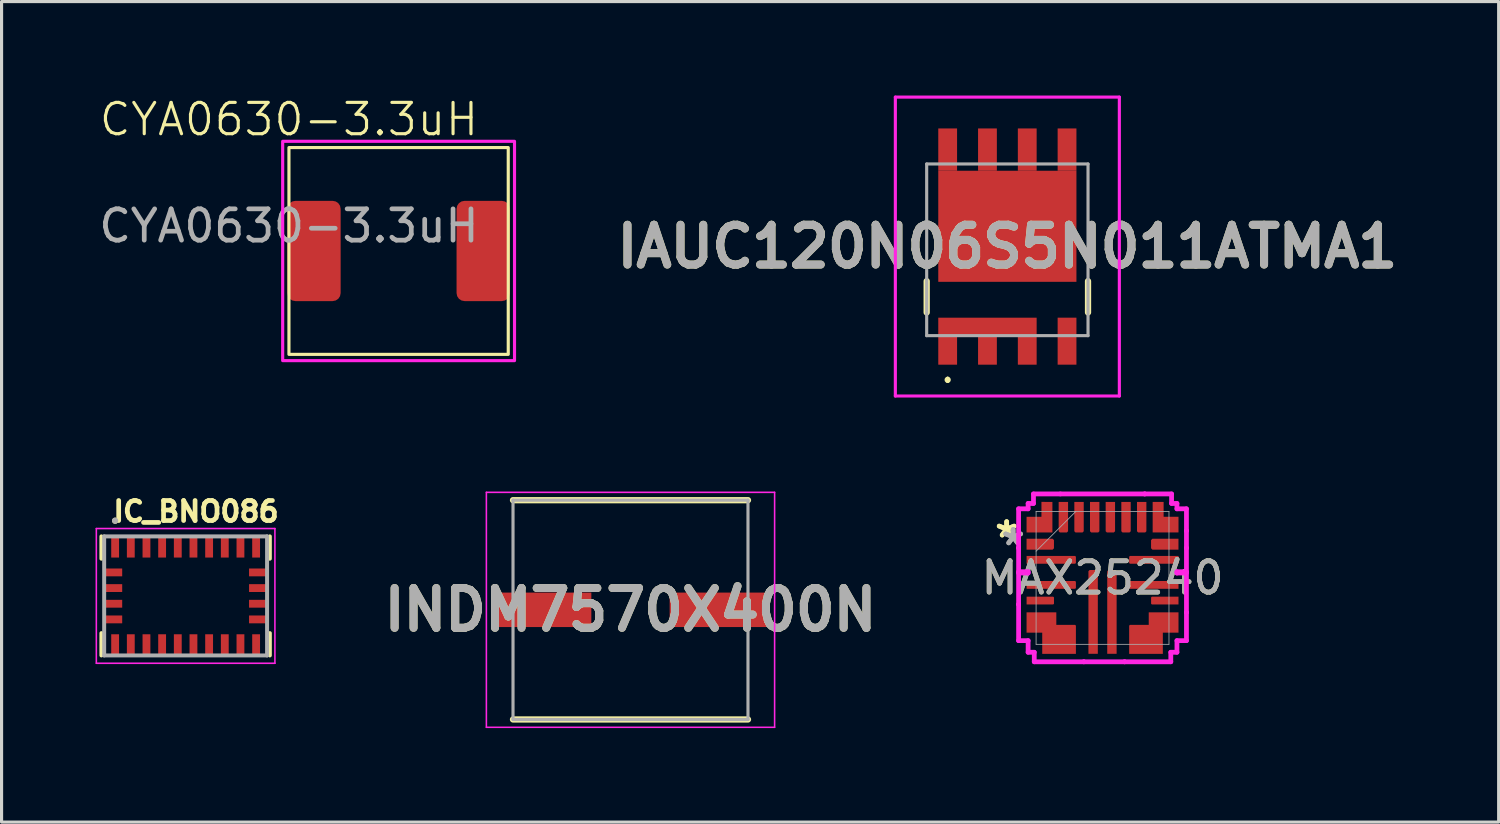
<source format=kicad_pcb>
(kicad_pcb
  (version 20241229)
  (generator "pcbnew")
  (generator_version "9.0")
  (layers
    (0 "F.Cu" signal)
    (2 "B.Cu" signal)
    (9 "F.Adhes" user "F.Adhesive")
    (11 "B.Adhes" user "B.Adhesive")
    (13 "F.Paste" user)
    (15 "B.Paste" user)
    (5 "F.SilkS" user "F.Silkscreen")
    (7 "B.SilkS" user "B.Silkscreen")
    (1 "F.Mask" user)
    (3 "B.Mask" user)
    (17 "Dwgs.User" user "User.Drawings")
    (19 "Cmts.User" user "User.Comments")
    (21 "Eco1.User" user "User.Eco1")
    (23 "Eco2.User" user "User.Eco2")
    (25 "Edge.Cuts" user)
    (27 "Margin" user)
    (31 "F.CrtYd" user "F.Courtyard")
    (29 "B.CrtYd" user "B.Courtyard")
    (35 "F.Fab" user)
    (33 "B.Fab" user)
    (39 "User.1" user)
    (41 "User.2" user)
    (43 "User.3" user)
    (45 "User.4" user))
  (footprint "INDM7570X400N"
    (layer "F.Cu")
    (at 17.075 16.415)
    (property "Reference" "INDM7570X400N" (at 0 0 0) (layer "F.SilkS") (effects (font (size 1.27 1.27) (thickness 0.254))))
    (attr smd)
    (fp_line (start -3.75 3.5) (end 3.75 3.5) (stroke (width 0.2) (type solid)) (layer "F.SilkS"))
    (fp_line (start 3.75 -3.5) (end -3.75 -3.5) (stroke (width 0.2) (type solid)) (layer "F.SilkS"))
    (fp_line (start -4.6 -3.75) (end 4.6 -3.75) (stroke (width 0.05) (type solid)) (layer "F.CrtYd"))
    (fp_line (start -4.6 3.75) (end -4.6 -3.75) (stroke (width 0.05) (type solid)) (layer "F.CrtYd"))
    (fp_line (start 4.6 -3.75) (end 4.6 3.75) (stroke (width 0.05) (type solid)) (layer "F.CrtYd"))
    (fp_line (start 4.6 3.75) (end -4.6 3.75) (stroke (width 0.05) (type solid)) (layer "F.CrtYd"))
    (fp_line (start -3.75 -3.5) (end 3.75 -3.5) (stroke (width 0.1) (type solid)) (layer "F.Fab"))
    (fp_line (start -3.75 3.5) (end -3.75 -3.5) (stroke (width 0.1) (type solid)) (layer "F.Fab"))
    (fp_line (start 3.75 -3.5) (end 3.75 3.5) (stroke (width 0.1) (type solid)) (layer "F.Fab"))
    (fp_line (start 3.75 3.5) (end -3.75 3.5) (stroke (width 0.1) (type solid)) (layer "F.Fab"))
    (fp_text user "${REFERENCE}" (at 0 0 0) (layer "F.Fab") (effects (font (size 1.27 1.27) (thickness 0.254))))
    (pad "1" smd rect (at -2.8 0 90) (size 1.1 3.1) (layers "F.Cu" "F.Mask" "F.Paste"))
    (pad "2" smd rect (at 2.8 0 90) (size 1.1 3.1) (layers "F.Cu" "F.Mask" "F.Paste")))
  (footprint "MAX25240"
    (layer "F.Cu")
    (at 32.142 15.395)
    (property "Reference" "MAX25240" (at 0 0 0) (unlocked yes) (layer "F.SilkS") (effects (font (size 1 1) (thickness 0.15))))
    (attr smd)
    (fp_line (start -2.679 -2.204) (end -2.679 -0.954) (stroke (width 0.152) (type solid)) (layer "F.CrtYd"))
    (fp_line (start -2.679 -0.954) (end -2.679 -0.954) (stroke (width 0.152) (type solid)) (layer "F.CrtYd"))
    (fp_line (start -2.679 0.846) (end -2.679 2.004) (stroke (width 0.152) (type solid)) (layer "F.CrtYd"))
    (fp_line (start -2.679 2.004) (end -2.375 2.004) (stroke (width 0.152) (type solid)) (layer "F.CrtYd"))
    (fp_line (start -2.679 -0.954) (end -2.679 -0.196) (stroke (width 0.152) (type solid)) (layer "F.CrtYd"))
    (fp_line (start -2.679 -0.196) (end -2.375 -0.196) (stroke (width 0.152) (type solid)) (layer "F.CrtYd"))
    (fp_line (start -2.679 -0.154) (end -2.679 0.846) (stroke (width 0.152) (type solid)) (layer "F.CrtYd"))
    (fp_line (start -2.679 0.846) (end -2.679 0.846) (stroke (width 0.152) (type solid)) (layer "F.CrtYd"))
    (fp_line (start -2.375 -2.375) (end -2.375 -2.204) (stroke (width 0.152) (type solid)) (layer "F.CrtYd"))
    (fp_line (start -2.375 -2.204) (end -2.679 -2.204) (stroke (width 0.152) (type solid)) (layer "F.CrtYd"))
    (fp_line (start -2.375 -0.196) (end -2.375 -0.154) (stroke (width 0.152) (type solid)) (layer "F.CrtYd"))
    (fp_line (start -2.375 -0.154) (end -2.679 -0.154) (stroke (width 0.152) (type solid)) (layer "F.CrtYd"))
    (fp_line (start -2.375 2.004) (end -2.375 2.375) (stroke (width 0.152) (type solid)) (layer "F.CrtYd"))
    (fp_line (start -2.375 2.375) (end -2.179 2.375) (stroke (width 0.152) (type solid)) (layer "F.CrtYd"))
    (fp_line (start -2.204 -2.679) (end -2.204 -2.375) (stroke (width 0.152) (type solid)) (layer "F.CrtYd"))
    (fp_line (start -2.204 -2.375) (end -2.375 -2.375) (stroke (width 0.152) (type solid)) (layer "F.CrtYd"))
    (fp_line (start -2.179 2.375) (end -2.179 2.679) (stroke (width 0.152) (type solid)) (layer "F.CrtYd"))
    (fp_line (start -2.179 2.679) (end -0.596 2.679) (stroke (width 0.152) (type solid)) (layer "F.CrtYd"))
    (fp_line (start -1.346 -2.679) (end -2.204 -2.679) (stroke (width 0.152) (type solid)) (layer "F.CrtYd"))
    (fp_line (start -0.596 2.679) (end 0.704 2.679) (stroke (width 0.152) (type solid)) (layer "F.CrtYd"))
    (fp_line (start -0.596 2.679) (end -0.596 2.679) (stroke (width 0.152) (type solid)) (layer "F.CrtYd"))
    (fp_line (start 0.704 2.679) (end 0.704 2.679) (stroke (width 0.152) (type solid)) (layer "F.CrtYd"))
    (fp_line (start 0.704 2.679) (end 2.179 2.679) (stroke (width 0.152) (type solid)) (layer "F.CrtYd"))
    (fp_line (start 1.346 -2.679) (end -1.346 -2.679) (stroke (width 0.152) (type solid)) (layer "F.CrtYd"))
    (fp_line (start 1.346 -2.679) (end 1.346 -2.679) (stroke (width 0.152) (type solid)) (layer "F.CrtYd"))
    (fp_line (start 2.179 2.375) (end 2.375 2.375) (stroke (width 0.152) (type solid)) (layer "F.CrtYd"))
    (fp_line (start 2.179 2.679) (end 2.179 2.375) (stroke (width 0.152) (type solid)) (layer "F.CrtYd"))
    (fp_line (start 2.204 -2.679) (end 1.346 -2.679) (stroke (width 0.152) (type solid)) (layer "F.CrtYd"))
    (fp_line (start 2.204 -2.375) (end 2.204 -2.679) (stroke (width 0.152) (type solid)) (layer "F.CrtYd"))
    (fp_line (start 2.375 -2.375) (end 2.204 -2.375) (stroke (width 0.152) (type solid)) (layer "F.CrtYd"))
    (fp_line (start 2.375 -2.204) (end 2.375 -2.375) (stroke (width 0.152) (type solid)) (layer "F.CrtYd"))
    (fp_line (start 2.375 -0.196) (end 2.679 -0.196) (stroke (width 0.152) (type solid)) (layer "F.CrtYd"))
    (fp_line (start 2.375 -0.154) (end 2.375 -0.196) (stroke (width 0.152) (type solid)) (layer "F.CrtYd"))
    (fp_line (start 2.375 2.004) (end 2.679 2.004) (stroke (width 0.152) (type solid)) (layer "F.CrtYd"))
    (fp_line (start 2.375 2.375) (end 2.375 2.004) (stroke (width 0.152) (type solid)) (layer "F.CrtYd"))
    (fp_line (start 2.679 -2.204) (end 2.375 -2.204) (stroke (width 0.152) (type solid)) (layer "F.CrtYd"))
    (fp_line (start 2.679 -1.504) (end 2.679 -2.204) (stroke (width 0.152) (type solid)) (layer "F.CrtYd"))
    (fp_line (start 2.679 -1.504) (end 2.679 -1.504) (stroke (width 0.152) (type solid)) (layer "F.CrtYd"))
    (fp_line (start 2.679 -0.954) (end 2.679 -1.504) (stroke (width 0.152) (type solid)) (layer "F.CrtYd"))
    (fp_line (start 2.679 1.104) (end 2.679 1.104) (stroke (width 0.152) (type solid)) (layer "F.CrtYd"))
    (fp_line (start 2.679 2.004) (end 2.679 1.104) (stroke (width 0.152) (type solid)) (layer "F.CrtYd"))
    (fp_line (start 2.679 -0.954) (end 2.679 -0.954) (stroke (width 0.152) (type solid)) (layer "F.CrtYd"))
    (fp_line (start 2.679 -0.196) (end 2.679 -0.954) (stroke (width 0.152) (type solid)) (layer "F.CrtYd"))
    (fp_line (start 2.679 -0.154) (end 2.375 -0.154) (stroke (width 0.152) (type solid)) (layer "F.CrtYd"))
    (fp_line (start 2.679 1.104) (end 2.679 -0.154) (stroke (width 0.152) (type solid)) (layer "F.CrtYd"))
    (fp_line (start -2.121 -2.121) (end -2.121 2.121) (stroke (width 0.025) (type solid)) (layer "F.Fab"))
    (fp_line (start -2.121 -0.851) (end -0.851 -2.121) (stroke (width 0.025) (type solid)) (layer "F.Fab"))
    (fp_line (start -2.121 2.121) (end 2.121 2.121) (stroke (width 0.025) (type solid)) (layer "F.Fab"))
    (fp_line (start 2.121 -2.121) (end -2.121 -2.121) (stroke (width 0.025) (type solid)) (layer "F.Fab"))
    (fp_line (start 2.121 2.121) (end 2.121 -2.121) (stroke (width 0.025) (type solid)) (layer "F.Fab"))
    (fp_text user "*" (at -3.06 -1.25 0) (layer "F.SilkS") (effects (font (size 1 1) (thickness 0.15))))
    (fp_text user "*" (at -3.06 -1.25 0) (unlocked yes) (layer "F.SilkS") (effects (font (size 1 1) (thickness 0.15))))
    (fp_text user "*" (at -2.853 -1 0) (layer "F.Fab") (effects (font (size 1 1) (thickness 0.15))))
    (fp_text user "${REFERENCE}" (at 0 0 0) (unlocked yes) (layer "F.Fab") (effects (font (size 1 1) (thickness 0.15))))
    (fp_text user "*" (at -2.853 -1 0) (unlocked yes) (layer "F.Fab") (effects (font (size 1 1) (thickness 0.15))))
    (pad "1" smd custom (at -1.937 -1.075) (size 0.127 0.127) (layers "F.Cu" "F.Mask" "F.Paste") (options (anchor rect)) (primitives (gr_poly (pts (xy -0.488 -0.175) (xy -0.488 0.175) (xy 0.344 0.175) (xy 0.387 0.131) (xy 0.387 -0.131) (xy 0.344 -0.175)) (width 0) (fill yes))))
    (pad "2" smd custom (at -1.937 -0.575) (size 0.127 0.127) (layers "F.Cu" "F.Mask" "F.Paste") (options (anchor rect)) (primitives (gr_poly (pts (xy -0.487 -0.125) (xy -0.487 0.125) (xy 1.062 0.125) (xy 1.087 0.1) (xy 1.087 -0.1) (xy 1.062 -0.125)) (width 0) (fill yes))))
    (pad "3" smd custom (at -1.937 0.225) (size 0.127 0.127) (layers "F.Cu" "F.Mask" "F.Paste") (options (anchor rect)) (primitives (gr_poly (pts (xy -0.487 -0.125) (xy -0.487 0.125) (xy 1.062 0.125) (xy 1.087 0.1) (xy 1.087 -0.1) (xy 1.062 -0.125)) (width 0) (fill yes))))
    (pad "4" smd custom (at -1.937 0.725) (size 0.127 0.127) (layers "F.Cu" "F.Mask" "F.Paste") (options (anchor rect)) (primitives (gr_poly (pts (xy -0.487 -0.125) (xy -0.487 0.125) (xy 0.362 0.125) (xy 0.388 0.1) (xy 0.388 -0.1) (xy 0.362 -0.125)) (width 0) (fill yes))))
    (pad "5" smd rect (at -1.937 1.225) (size 0.127 0.127) (layers "F.Cu" "F.Mask" "F.Paste"))
    (pad "6" smd custom (at -1.937 1.525) (size 0.127 0.127) (layers "F.Cu" "F.Mask" "F.Paste") (options (anchor rect)) (primitives (gr_poly (pts (xy -0.488 -0.425) (xy -0.488 0.225) (xy 0.012 0.225) (xy 0.012 0.9) (xy 1.087 0.9) (xy 1.087 -0.000001) (xy 1.062 -0.025) (xy 0.462 -0.025) (xy 0.462 -0.425)) (width 0) (fill yes))))
    (pad "7" smd custom (at -0.3 1.937 90) (size 0.127 0.127) (layers "F.Cu" "F.Mask" "F.Paste") (options (anchor rect)) (primitives (gr_poly (pts (xy -0.487 -0.15) (xy -0.487 0.15) (xy 2.15 0.15) (xy 2.188 0.113) (xy 2.188 -0.112) (xy 2.15 -0.15)) (width 0) (fill yes))))
    (pad "8" smd custom (at 0.3 1.937 90) (size 0.127 0.127) (layers "F.Cu" "F.Mask" "F.Paste") (options (anchor rect)) (primitives (gr_poly (pts (xy -0.487 -0.15) (xy -0.487 0.15) (xy 2.15 0.15) (xy 2.188 0.112) (xy 2.188 -0.113) (xy 2.15 -0.15)) (width 0) (fill yes))))
    (pad "9" smd rect (at 1.937 1.525) (size 0.127 0.127) (layers "F.Cu" "F.Mask" "F.Paste"))
    (pad "10" smd custom (at 1.437 1.725) (size 0.127 0.127) (drill (offset 0.5 -0.5)) (layers "F.Cu" "F.Mask" "F.Paste") (options (anchor rect)) (primitives (gr_poly (pts (xy 0.488 -0.125) (xy 0.488 0.525) (xy -0.012 0.525) (xy -0.012 1.2) (xy -1.087 1.2) (xy -1.087 0.3) (xy -1.062 0.275) (xy -0.462 0.275) (xy -0.462 -0.125)) (width 0) (fill yes))))
    (pad "11" smd custom (at 1.937 0.725) (size 0.127 0.127) (layers "F.Cu" "F.Mask" "F.Paste") (options (anchor rect)) (primitives (gr_poly (pts (xy 0.488 -0.125) (xy 0.488 0.125) (xy -0.362 0.125) (xy -0.387 0.1) (xy -0.387 -0.1) (xy -0.362 -0.125)) (width 0) (fill yes))))
    (pad "12" smd custom (at 1.937 0.225) (size 0.127 0.127) (layers "F.Cu" "F.Mask" "F.Paste") (options (anchor rect)) (primitives (gr_poly (pts (xy 0.488 -0.125) (xy 0.488 0.125) (xy -1.062 0.125) (xy -1.087 0.1) (xy -1.087 -0.1) (xy -1.062 -0.125)) (width 0) (fill yes))))
    (pad "13" smd custom (at 1.937 -0.575) (size 0.127 0.127) (layers "F.Cu" "F.Mask" "F.Paste") (options (anchor rect)) (primitives (gr_poly (pts (xy 0.488 -0.125) (xy 0.488 0.125) (xy -1.062 0.125) (xy -1.087 0.1) (xy -1.087 -0.1) (xy -1.062 -0.125)) (width 0) (fill yes))))
    (pad "14" smd custom (at 1.937 -1.075) (size 0.127 0.127) (layers "F.Cu" "F.Mask" "F.Paste") (options (anchor rect)) (primitives (gr_poly (pts (xy 0.487 -0.175) (xy 0.487 0.175) (xy -0.344 0.175) (xy -0.388 0.131) (xy -0.388 -0.131) (xy -0.344 -0.175)) (width 0) (fill yes))))
    (pad "15" smd custom (at 1.75 -1.937 90) (size 0.127 0.127) (layers "F.Cu" "F.Mask" "F.Paste") (options (anchor rect)) (primitives (gr_poly (pts (xy 0.487 0.2) (xy 0.487 -0.15) (xy -0.487 -0.15) (xy -0.487 0.675) (xy 0.013 0.675) (xy 0.013 0.2)) (width 0) (fill yes))))
    (pad "16" smd custom (at 1.25 -1.937 90) (size 0.127 0.127) (layers "F.Cu" "F.Mask" "F.Paste") (options (anchor rect)) (primitives (gr_poly (pts (xy 0.487 0.15) (xy 0.487 -0.15) (xy -0.45 -0.15) (xy -0.487 -0.113) (xy -0.487 0.113) (xy -0.45 0.15)) (width 0) (fill yes))))
    (pad "17" smd custom (at 0.75 -1.937 90) (size 0.127 0.127) (layers "F.Cu" "F.Mask" "F.Paste") (options (anchor rect)) (primitives (gr_poly (pts (xy 0.487 0.15) (xy 0.487 -0.15) (xy -0.45 -0.15) (xy -0.487 -0.113) (xy -0.487 0.113) (xy -0.45 0.15)) (width 0) (fill yes))))
    (pad "18" smd custom (at 0.25 -1.937 90) (size 0.127 0.127) (layers "F.Cu" "F.Mask" "F.Paste") (options (anchor rect)) (primitives (gr_poly (pts (xy 0.487 0.15) (xy 0.487 -0.15) (xy -0.45 -0.15) (xy -0.487 -0.113) (xy -0.487 0.112) (xy -0.45 0.15)) (width 0) (fill yes))))
    (pad "19" smd custom (at -0.25 -1.937 90) (size 0.127 0.127) (layers "F.Cu" "F.Mask" "F.Paste") (options (anchor rect)) (primitives (gr_poly (pts (xy 0.487 0.15) (xy 0.487 -0.15) (xy -0.45 -0.15) (xy -0.487 -0.112) (xy -0.487 0.113) (xy -0.45 0.15)) (width 0) (fill yes))))
    (pad "20" smd custom (at -0.75 -1.937 90) (size 0.127 0.127) (layers "F.Cu" "F.Mask" "F.Paste") (options (anchor rect)) (primitives (gr_poly (pts (xy 0.487 0.15) (xy 0.487 -0.15) (xy -0.45 -0.15) (xy -0.487 -0.113) (xy -0.487 0.113) (xy -0.45 0.15)) (width 0) (fill yes))))
    (pad "21" smd custom (at -1.25 -1.937 90) (size 0.127 0.127) (layers "F.Cu" "F.Mask" "F.Paste") (options (anchor rect)) (primitives (gr_poly (pts (xy 0.487 0.15) (xy 0.487 -0.15) (xy -0.45 -0.15) (xy -0.487 -0.113) (xy -0.487 0.113) (xy -0.45 0.15)) (width 0) (fill yes))))
    (pad "22" smd custom (at -1.75 -1.937 90) (size 0.127 0.127) (layers "F.Cu" "F.Mask" "F.Paste") (options (anchor rect)) (primitives (gr_poly (pts (xy 0.488 -0.2) (xy 0.487 0.15) (xy -0.487 0.15) (xy -0.487 -0.675) (xy 0.013 -0.675) (xy 0.013 -0.2)) (width 0) (fill yes)))))
  (footprint "IC_BNO086"
    (layer "F.Cu")
    (at 2.875 15.971)
    (property "Reference" "IC_BNO086" (at 0.332 -2.694 0) (layer "F.SilkS") (effects (font (size 0.64 0.64) (thickness 0.15))))
    (attr smd)
    (fp_line (start -2.688 -1.9) (end -2.688 -1.188) (stroke (width 0.127) (type solid)) (layer "F.SilkS"))
    (fp_line (start -2.688 1.9) (end -2.688 1.188) (stroke (width 0.127) (type solid)) (layer "F.SilkS"))
    (fp_line (start 2.688 -1.9) (end 2.688 -1.188) (stroke (width 0.127) (type solid)) (layer "F.SilkS"))
    (fp_line (start 2.688 1.9) (end 2.688 1.188) (stroke (width 0.127) (type solid)) (layer "F.SilkS"))
    (fp_circle (center -2.25 -2.4) (end -2.2 -2.4) (stroke (width 0.1) (type solid)) (fill no) (layer "F.SilkS"))
    (fp_line (start -2.85 -2.15) (end 2.85 -2.15) (stroke (width 0.05) (type solid)) (layer "F.CrtYd"))
    (fp_line (start -2.85 2.15) (end -2.85 -2.15) (stroke (width 0.05) (type solid)) (layer "F.CrtYd"))
    (fp_line (start 2.85 -2.15) (end 2.85 2.15) (stroke (width 0.05) (type solid)) (layer "F.CrtYd"))
    (fp_line (start 2.85 2.15) (end -2.85 2.15) (stroke (width 0.05) (type solid)) (layer "F.CrtYd"))
    (fp_line (start -2.6 -1.9) (end 2.6 -1.9) (stroke (width 0.127) (type solid)) (layer "F.Fab"))
    (fp_line (start -2.6 1.9) (end -2.6 -1.9) (stroke (width 0.127) (type solid)) (layer "F.Fab"))
    (fp_line (start 2.6 -1.9) (end 2.6 1.9) (stroke (width 0.127) (type solid)) (layer "F.Fab"))
    (fp_line (start 2.6 1.9) (end -2.6 1.9) (stroke (width 0.127) (type solid)) (layer "F.Fab"))
    (fp_circle (center -2.25 -2.4) (end -2.2 -2.4) (stroke (width 0.1) (type solid)) (fill no) (layer "F.Fab"))
    (pad "1" smd rect (at -2.25 -1.562) (size 0.25 0.675) (layers "F.Cu" "F.Mask" "F.Paste"))
    (pad "2" smd rect (at -2.312 -0.75) (size 0.575 0.25) (layers "F.Cu" "F.Mask" "F.Paste"))
    (pad "3" smd rect (at -2.312 -0.25) (size 0.575 0.25) (layers "F.Cu" "F.Mask" "F.Paste"))
    (pad "4" smd rect (at -2.312 0.25) (size 0.575 0.25) (layers "F.Cu" "F.Mask" "F.Paste"))
    (pad "5" smd rect (at -2.312 0.75) (size 0.575 0.25) (layers "F.Cu" "F.Mask" "F.Paste"))
    (pad "6" smd rect (at -2.25 1.562) (size 0.25 0.675) (layers "F.Cu" "F.Mask" "F.Paste"))
    (pad "7" smd rect (at -1.75 1.562) (size 0.25 0.675) (layers "F.Cu" "F.Mask" "F.Paste"))
    (pad "8" smd rect (at -1.25 1.562) (size 0.25 0.675) (layers "F.Cu" "F.Mask" "F.Paste"))
    (pad "9" smd rect (at -0.75 1.562) (size 0.25 0.675) (layers "F.Cu" "F.Mask" "F.Paste"))
    (pad "10" smd rect (at -0.25 1.562) (size 0.25 0.675) (layers "F.Cu" "F.Mask" "F.Paste"))
    (pad "11" smd rect (at 0.25 1.562) (size 0.25 0.675) (layers "F.Cu" "F.Mask" "F.Paste"))
    (pad "12" smd rect (at 0.75 1.562) (size 0.25 0.675) (layers "F.Cu" "F.Mask" "F.Paste"))
    (pad "13" smd rect (at 1.25 1.562) (size 0.25 0.675) (layers "F.Cu" "F.Mask" "F.Paste"))
    (pad "14" smd rect (at 1.75 1.562) (size 0.25 0.675) (layers "F.Cu" "F.Mask" "F.Paste"))
    (pad "15" smd rect (at 2.25 1.562) (size 0.25 0.675) (layers "F.Cu" "F.Mask" "F.Paste"))
    (pad "16" smd rect (at 2.312 0.75) (size 0.575 0.25) (layers "F.Cu" "F.Mask" "F.Paste"))
    (pad "17" smd rect (at 2.312 0.25) (size 0.575 0.25) (layers "F.Cu" "F.Mask" "F.Paste"))
    (pad "18" smd rect (at 2.312 -0.25) (size 0.575 0.25) (layers "F.Cu" "F.Mask" "F.Paste"))
    (pad "19" smd rect (at 2.312 -0.75) (size 0.575 0.25) (layers "F.Cu" "F.Mask" "F.Paste"))
    (pad "20" smd rect (at 2.25 -1.562) (size 0.25 0.675) (layers "F.Cu" "F.Mask" "F.Paste"))
    (pad "21" smd rect (at 1.75 -1.562) (size 0.25 0.675) (layers "F.Cu" "F.Mask" "F.Paste"))
    (pad "22" smd rect (at 1.25 -1.562) (size 0.25 0.675) (layers "F.Cu" "F.Mask" "F.Paste"))
    (pad "23" smd rect (at 0.75 -1.562) (size 0.25 0.675) (layers "F.Cu" "F.Mask" "F.Paste"))
    (pad "24" smd rect (at 0.25 -1.562) (size 0.25 0.675) (layers "F.Cu" "F.Mask" "F.Paste"))
    (pad "25" smd rect (at -0.25 -1.562) (size 0.25 0.675) (layers "F.Cu" "F.Mask" "F.Paste"))
    (pad "26" smd rect (at -0.75 -1.562) (size 0.25 0.675) (layers "F.Cu" "F.Mask" "F.Paste"))
    (pad "27" smd rect (at -1.25 -1.562) (size 0.25 0.675) (layers "F.Cu" "F.Mask" "F.Paste"))
    (pad "28" smd rect (at -1.75 -1.562) (size 0.25 0.675) (layers "F.Cu" "F.Mask" "F.Paste")))
  (footprint "CYA0630-3.3uH"
    (layer "F.Cu")
    (at 6.173 1.661)
    (property "Reference" "CYA0630-3.3uH" (at 0 -0.9 0) (unlocked yes) (layer "F.SilkS") (effects (font (size 1 1) (thickness 0.1))))
    (attr smd)
    (fp_rect (start 0 0) (end 7 6.6) (stroke (width 0.1) (type default)) (fill no) (layer "F.SilkS"))
    (fp_rect (start -0.2 -0.2) (end 7.2 6.8) (stroke (width 0.1) (type solid)) (fill no) (layer "F.CrtYd"))
    (fp_text user "${REFERENCE}" (at 0 2.5 0) (unlocked yes) (layer "F.Fab") (effects (font (size 1 1) (thickness 0.15))))
    (pad "1" smd roundrect (at 0.8 3.3) (size 1.7 3.2) (layers "F.Cu" "F.Mask" "F.Paste") (roundrect_rratio 0.15))
    (pad "2" smd roundrect (at 6.2 3.3) (size 1.7 3.2) (layers "F.Cu" "F.Mask" "F.Paste") (roundrect_rratio 0.15)))
  (footprint "IAUC120N06S5N011ATMA1"
    (layer "F.Cu")
    (at 29.104 4.924)
    (property "Reference" "IAUC120N06S5N011ATMA1" (at 0 -0.104 0) (layer "F.SilkS") (effects (font (size 1.27 1.27) (thickness 0.254))))
    (attr smd)
    (fp_line (start -2.575 1) (end -2.575 2) (stroke (width 0.2) (type solid)) (layer "F.SilkS"))
    (fp_line (start -1.905 4.1) (end -1.905 4.1) (stroke (width 0.1) (type solid)) (layer "F.SilkS"))
    (fp_line (start -1.905 4.2) (end -1.905 4.2) (stroke (width 0.1) (type solid)) (layer "F.SilkS"))
    (fp_line (start 2.575 1) (end 2.575 2) (stroke (width 0.2) (type solid)) (layer "F.SilkS"))
    (fp_arc (start -1.905 4.1) (mid -1.855 4.15) (end -1.905 4.2) (stroke (width 0.1) (type solid)) (layer "F.SilkS"))
    (fp_arc (start -1.905 4.2) (mid -1.955 4.15) (end -1.905 4.1) (stroke (width 0.1) (type solid)) (layer "F.SilkS"))
    (fp_line (start -3.575 -4.874) (end 3.575 -4.874) (stroke (width 0.1) (type solid)) (layer "F.CrtYd"))
    (fp_line (start -3.575 4.666) (end -3.575 -4.874) (stroke (width 0.1) (type solid)) (layer "F.CrtYd"))
    (fp_line (start 3.575 -4.874) (end 3.575 4.666) (stroke (width 0.1) (type solid)) (layer "F.CrtYd"))
    (fp_line (start 3.575 4.666) (end -3.575 4.666) (stroke (width 0.1) (type solid)) (layer "F.CrtYd"))
    (fp_line (start -2.575 -2.74) (end 2.575 -2.74) (stroke (width 0.1) (type solid)) (layer "F.Fab"))
    (fp_line (start -2.575 2.74) (end -2.575 -2.74) (stroke (width 0.1) (type solid)) (layer "F.Fab"))
    (fp_line (start 2.575 -2.74) (end 2.575 2.74) (stroke (width 0.1) (type solid)) (layer "F.Fab"))
    (fp_line (start 2.575 2.74) (end -2.575 2.74) (stroke (width 0.1) (type solid)) (layer "F.Fab"))
    (fp_text user "${REFERENCE}" (at 0 -0.104 0) (layer "F.Fab") (effects (font (size 1.27 1.27) (thickness 0.254))))
    (pad "1" smd rect (at -1.905 3.199) (size 0.6 0.935) (layers "F.Cu" "F.Mask" "F.Paste"))
    (pad "2" smd rect (at -0.635 3.199) (size 0.6 0.935) (layers "F.Cu" "F.Mask" "F.Paste"))
    (pad "3" smd rect (at 0.635 3.199) (size 0.6 0.935) (layers "F.Cu" "F.Mask" "F.Paste"))
    (pad "4" smd rect (at 1.905 2.916) (size 0.6 1.5) (layers "F.Cu" "F.Mask" "F.Paste"))
    (pad "5" smd rect (at 1.905 -3.199) (size 0.6 1.35) (layers "F.Cu" "F.Mask" "F.Paste"))
    (pad "6" smd rect (at 0.635 -3.199) (size 0.6 1.35) (layers "F.Cu" "F.Mask" "F.Paste"))
    (pad "7" smd rect (at -0.635 -3.199) (size 0.6 1.35) (layers "F.Cu" "F.Mask" "F.Paste"))
    (pad "8" smd rect (at -1.905 -3.199) (size 0.6 1.35) (layers "F.Cu" "F.Mask" "F.Paste"))
    (pad "9" smd rect (at 0 -0.751 90) (size 3.545 4.41) (layers "F.Cu" "F.Mask" "F.Paste"))
    (pad "10" smd rect (at -0.635 2.449 90) (size 0.565 3.14) (layers "F.Cu" "F.Mask" "F.Paste")))
  (gr_rect
    (start -3 -3)
    (end 44.786 23.19)
    (stroke (width 0.1) (type default))
    (fill no)
    (layer "Edge.Cuts")))
</source>
